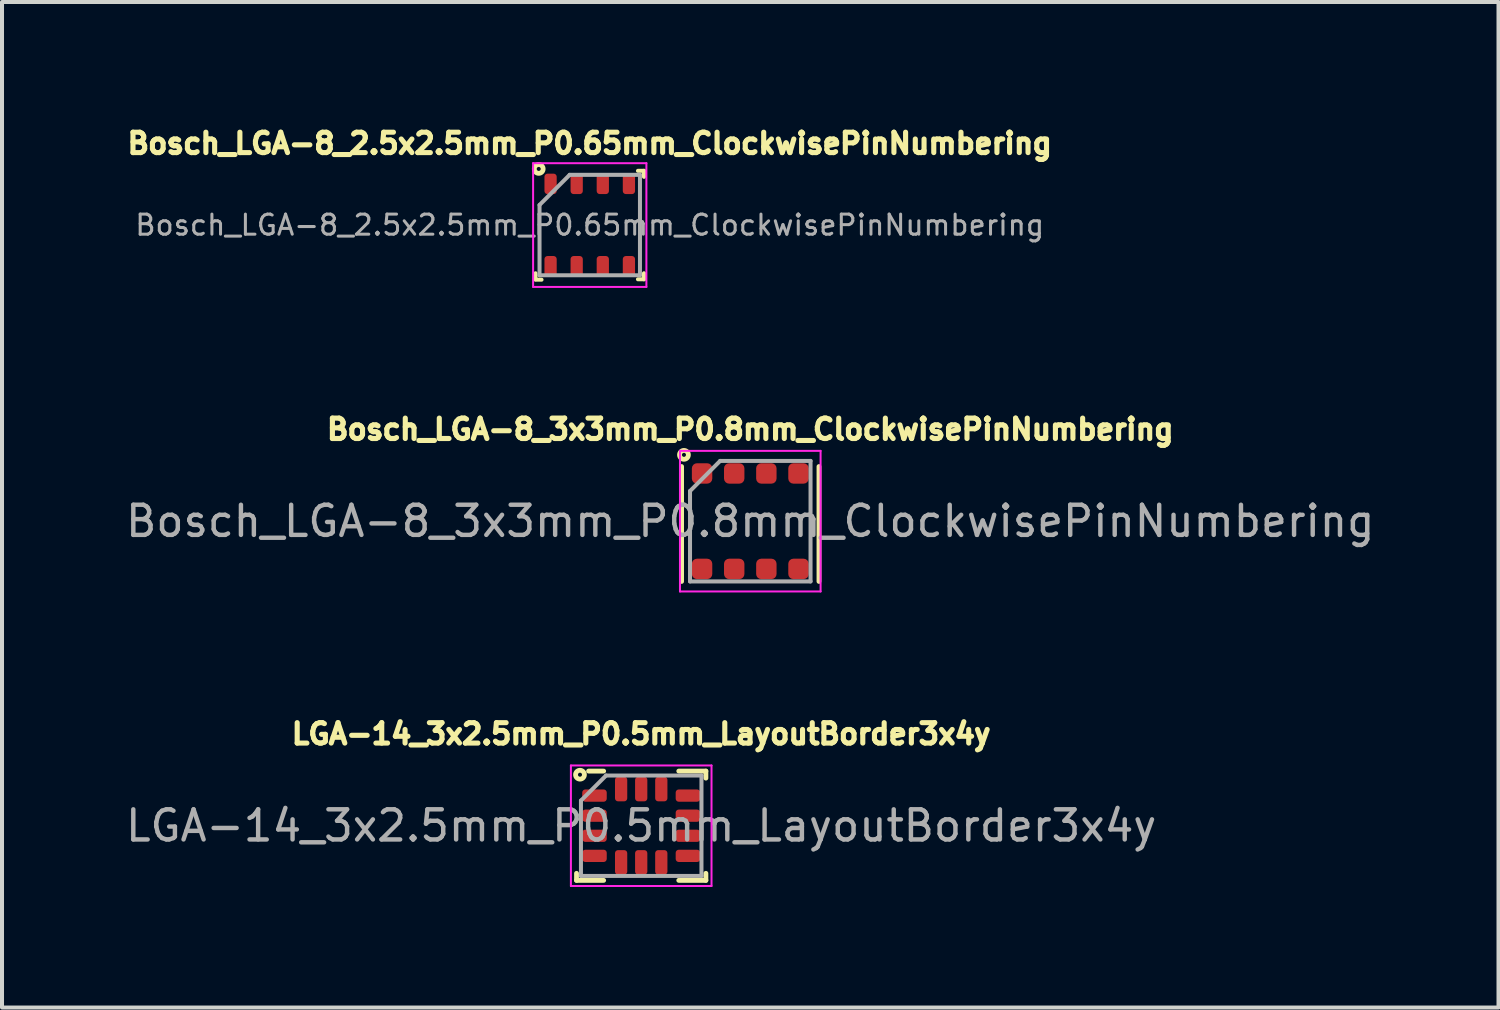
<source format=kicad_pcb>
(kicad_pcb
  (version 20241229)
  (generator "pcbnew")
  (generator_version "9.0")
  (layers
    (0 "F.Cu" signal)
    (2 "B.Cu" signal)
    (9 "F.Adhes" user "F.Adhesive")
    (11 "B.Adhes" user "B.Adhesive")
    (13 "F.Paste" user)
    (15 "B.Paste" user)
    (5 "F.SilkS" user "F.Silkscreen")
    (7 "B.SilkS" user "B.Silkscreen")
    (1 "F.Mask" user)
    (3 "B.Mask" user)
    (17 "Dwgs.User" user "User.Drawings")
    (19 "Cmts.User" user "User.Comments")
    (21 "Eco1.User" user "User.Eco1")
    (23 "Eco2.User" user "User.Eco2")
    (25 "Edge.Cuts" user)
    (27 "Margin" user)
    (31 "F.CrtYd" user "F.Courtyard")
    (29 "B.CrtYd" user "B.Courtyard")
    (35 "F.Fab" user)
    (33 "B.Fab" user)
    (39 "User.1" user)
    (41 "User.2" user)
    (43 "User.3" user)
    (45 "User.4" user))
  (footprint "Bosch_LGA-8_2.5x2.5mm_P0.65mm_ClockwisePinNumbering"
    (layer "F.Cu")
    (at 11.63 2.552)
    (property "Reference" "Bosch_LGA-8_2.5x2.5mm_P0.65mm_ClockwisePinNumbering" (at 0 -2.032 0) (layer "F.SilkS") (effects (font (size 0.508 0.508) (thickness 0.127) (bold yes))))
    (attr smd)
    (fp_line (start -1.35 1.35) (end -1.35 1.2) (stroke (width 0.1) (type solid)) (layer "F.SilkS"))
    (fp_line (start -1.35 1.36) (end -1.2 1.36) (stroke (width 0.1) (type solid)) (layer "F.SilkS"))
    (fp_line (start 1.2 -1.35) (end 1.35 -1.35) (stroke (width 0.1) (type solid)) (layer "F.SilkS"))
    (fp_line (start 1.35 -1.35) (end 1.35 -1.2) (stroke (width 0.1) (type solid)) (layer "F.SilkS"))
    (fp_line (start 1.35 1.35) (end 1.2 1.35) (stroke (width 0.1) (type solid)) (layer "F.SilkS"))
    (fp_line (start 1.35 1.35) (end 1.35 1.2) (stroke (width 0.1) (type solid)) (layer "F.SilkS"))
    (fp_circle (center -1.27 -1.397) (end -1.22 -1.397) (stroke (width 0.12) (type solid)) (fill no) (layer "F.SilkS"))
    (fp_line (start -1.41 -1.54) (end 1.41 -1.54) (stroke (width 0.05) (type solid)) (layer "F.CrtYd"))
    (fp_line (start -1.41 1.54) (end -1.41 -1.54) (stroke (width 0.05) (type solid)) (layer "F.CrtYd"))
    (fp_line (start 1.41 -1.54) (end 1.41 1.54) (stroke (width 0.05) (type solid)) (layer "F.CrtYd"))
    (fp_line (start 1.41 1.54) (end -1.41 1.54) (stroke (width 0.05) (type solid)) (layer "F.CrtYd"))
    (fp_line (start -1.25 -0.5) (end -0.5 -1.25) (stroke (width 0.1) (type solid)) (layer "F.Fab"))
    (fp_line (start -1.25 1.25) (end -1.25 -0.5) (stroke (width 0.1) (type solid)) (layer "F.Fab"))
    (fp_line (start -0.5 -1.25) (end 1.25 -1.25) (stroke (width 0.1) (type solid)) (layer "F.Fab"))
    (fp_line (start 1.25 -1.25) (end 1.25 1.25) (stroke (width 0.1) (type solid)) (layer "F.Fab"))
    (fp_line (start 1.25 1.25) (end -1.25 1.25) (stroke (width 0.1) (type solid)) (layer "F.Fab"))
    (fp_text user "${REFERENCE}" (at 0 0 180) (layer "F.Fab") (effects (font (size 0.5 0.5) (thickness 0.075))))
    (pad "1" smd roundrect (at -0.975 -1.025 90) (size 0.508 0.305) (layers "F.Cu" "F.Mask" "F.Paste") (roundrect_rratio 0.25))
    (pad "2" smd roundrect (at -0.325 -1.025 90) (size 0.508 0.305) (layers "F.Cu" "F.Mask" "F.Paste") (roundrect_rratio 0.25))
    (pad "3" smd roundrect (at 0.325 -1.025 90) (size 0.508 0.305) (layers "F.Cu" "F.Mask" "F.Paste") (roundrect_rratio 0.25))
    (pad "4" smd roundrect (at 0.975 -1.025 90) (size 0.508 0.305) (layers "F.Cu" "F.Mask" "F.Paste") (roundrect_rratio 0.25))
    (pad "5" smd roundrect (at 0.975 1.025 90) (size 0.508 0.305) (layers "F.Cu" "F.Mask" "F.Paste") (roundrect_rratio 0.25))
    (pad "6" smd roundrect (at 0.325 1.025 90) (size 0.508 0.305) (layers "F.Cu" "F.Mask" "F.Paste") (roundrect_rratio 0.25))
    (pad "7" smd roundrect (at -0.325 1.025 90) (size 0.508 0.305) (layers "F.Cu" "F.Mask" "F.Paste") (roundrect_rratio 0.25))
    (pad "8" smd roundrect (at -0.975 1.025 90) (size 0.508 0.305) (layers "F.Cu" "F.Mask" "F.Paste") (roundrect_rratio 0.25)))
  (footprint "LGA-14_3x2.5mm_P0.5mm_LayoutBorder3x4y"
    (layer "F.Cu")
    (at 12.911 17.504)
    (property "Reference" "LGA-14_3x2.5mm_P0.5mm_LayoutBorder3x4y" (at 0 -2.286 0) (layer "F.SilkS") (effects (font (size 0.508 0.508) (thickness 0.127))))
    (attr smd)
    (fp_line (start -1.61 1.36) (end -1.61 1.185) (stroke (width 0.12) (type solid)) (layer "F.SilkS"))
    (fp_line (start -0.935 -1.36) (end -1.31 -1.36) (stroke (width 0.12) (type solid)) (layer "F.SilkS"))
    (fp_line (start -0.935 1.36) (end -1.61 1.36) (stroke (width 0.12) (type solid)) (layer "F.SilkS"))
    (fp_line (start 0.935 -1.36) (end 1.61 -1.36) (stroke (width 0.12) (type solid)) (layer "F.SilkS"))
    (fp_line (start 0.935 1.36) (end 1.61 1.36) (stroke (width 0.12) (type solid)) (layer "F.SilkS"))
    (fp_line (start 1.61 -1.36) (end 1.61 -1.185) (stroke (width 0.12) (type solid)) (layer "F.SilkS"))
    (fp_line (start 1.61 1.36) (end 1.61 1.185) (stroke (width 0.12) (type solid)) (layer "F.SilkS"))
    (fp_circle (center -1.524 -1.27) (end -1.474 -1.27) (stroke (width 0.12) (type solid)) (fill no) (layer "F.SilkS"))
    (fp_line (start -1.75 -1.5) (end -1.75 1.5) (stroke (width 0.05) (type solid)) (layer "F.CrtYd"))
    (fp_line (start -1.75 1.5) (end 1.75 1.5) (stroke (width 0.05) (type solid)) (layer "F.CrtYd"))
    (fp_line (start 1.75 -1.5) (end -1.75 -1.5) (stroke (width 0.05) (type solid)) (layer "F.CrtYd"))
    (fp_line (start 1.75 1.5) (end 1.75 -1.5) (stroke (width 0.05) (type solid)) (layer "F.CrtYd"))
    (fp_line (start -1.5 -0.625) (end -0.875 -1.25) (stroke (width 0.1) (type solid)) (layer "F.Fab"))
    (fp_line (start -1.5 1.25) (end -1.5 -0.625) (stroke (width 0.1) (type solid)) (layer "F.Fab"))
    (fp_line (start -0.875 -1.25) (end 1.5 -1.25) (stroke (width 0.1) (type solid)) (layer "F.Fab"))
    (fp_line (start 1.5 -1.25) (end 1.5 1.25) (stroke (width 0.1) (type solid)) (layer "F.Fab"))
    (fp_line (start 1.5 1.25) (end -1.5 1.25) (stroke (width 0.1) (type solid)) (layer "F.Fab"))
    (fp_text user "${REFERENCE}" (at 0 0 0) (layer "F.Fab") (effects (font (size 0.75 0.75) (thickness 0.11))))
    (pad "1" smd roundrect (at -1.163 -0.75) (size 0.61 0.305) (layers "F.Cu" "F.Mask" "F.Paste") (roundrect_rratio 0.25))
    (pad "2" smd roundrect (at -1.163 -0.25) (size 0.61 0.305) (layers "F.Cu" "F.Mask" "F.Paste") (roundrect_rratio 0.25))
    (pad "3" smd roundrect (at -1.163 0.25) (size 0.61 0.305) (layers "F.Cu" "F.Mask" "F.Paste") (roundrect_rratio 0.25))
    (pad "4" smd roundrect (at -1.163 0.75) (size 0.61 0.305) (layers "F.Cu" "F.Mask" "F.Paste") (roundrect_rratio 0.25))
    (pad "5" smd roundrect (at -0.5 0.912) (size 0.305 0.61) (layers "F.Cu" "F.Mask" "F.Paste") (roundrect_rratio 0.25))
    (pad "6" smd roundrect (at 0 0.912) (size 0.305 0.61) (layers "F.Cu" "F.Mask" "F.Paste") (roundrect_rratio 0.25))
    (pad "7" smd roundrect (at 0.5 0.912) (size 0.305 0.61) (layers "F.Cu" "F.Mask" "F.Paste") (roundrect_rratio 0.25))
    (pad "8" smd roundrect (at 1.163 0.75) (size 0.61 0.305) (layers "F.Cu" "F.Mask" "F.Paste") (roundrect_rratio 0.25))
    (pad "9" smd roundrect (at 1.163 0.25) (size 0.61 0.305) (layers "F.Cu" "F.Mask" "F.Paste") (roundrect_rratio 0.25))
    (pad "10" smd roundrect (at 1.163 -0.25) (size 0.61 0.305) (layers "F.Cu" "F.Mask" "F.Paste") (roundrect_rratio 0.25))
    (pad "11" smd roundrect (at 1.163 -0.75) (size 0.61 0.305) (layers "F.Cu" "F.Mask" "F.Paste") (roundrect_rratio 0.25))
    (pad "12" smd roundrect (at 0.5 -0.912) (size 0.305 0.61) (layers "F.Cu" "F.Mask" "F.Paste") (roundrect_rratio 0.25))
    (pad "13" smd roundrect (at 0 -0.912) (size 0.305 0.61) (layers "F.Cu" "F.Mask" "F.Paste") (roundrect_rratio 0.25))
    (pad "14" smd roundrect (at -0.5 -0.912) (size 0.305 0.61) (layers "F.Cu" "F.Mask" "F.Paste") (roundrect_rratio 0.25)))
  (footprint "Bosch_LGA-8_3x3mm_P0.8mm_ClockwisePinNumbering"
    (layer "F.Cu")
    (at 15.626 9.923)
    (property "Reference" "Bosch_LGA-8_3x3mm_P0.8mm_ClockwisePinNumbering" (at 0 -2.286 0) (layer "F.SilkS") (effects (font (size 0.508 0.508) (thickness 0.127) (bold yes))))
    (attr smd)
    (fp_line (start -1.71 -1.36) (end -1.71 1.5) (stroke (width 0.12) (type solid)) (layer "F.SilkS"))
    (fp_line (start 1.71 -1.36) (end 1.71 1.5) (stroke (width 0.12) (type solid)) (layer "F.SilkS"))
    (fp_circle (center -1.651 -1.651) (end -1.601 -1.651) (stroke (width 0.12) (type solid)) (fill no) (layer "F.SilkS"))
    (fp_line (start -1.75 -1.75) (end -1.75 1.75) (stroke (width 0.05) (type solid)) (layer "F.CrtYd"))
    (fp_line (start -1.75 1.75) (end 1.75 1.75) (stroke (width 0.05) (type solid)) (layer "F.CrtYd"))
    (fp_line (start 1.75 -1.75) (end -1.75 -1.75) (stroke (width 0.05) (type solid)) (layer "F.CrtYd"))
    (fp_line (start 1.75 1.75) (end 1.75 -1.75) (stroke (width 0.05) (type solid)) (layer "F.CrtYd"))
    (fp_line (start -1.5 -0.75) (end -0.75 -1.5) (stroke (width 0.1) (type solid)) (layer "F.Fab"))
    (fp_line (start -1.5 1.5) (end -1.5 -0.75) (stroke (width 0.1) (type solid)) (layer "F.Fab"))
    (fp_line (start -0.75 -1.5) (end 1.5 -1.5) (stroke (width 0.1) (type solid)) (layer "F.Fab"))
    (fp_line (start 1.5 -1.5) (end 1.5 1.5) (stroke (width 0.1) (type solid)) (layer "F.Fab"))
    (fp_line (start 1.5 1.5) (end -1.5 1.5) (stroke (width 0.1) (type solid)) (layer "F.Fab"))
    (fp_text user "${REFERENCE}" (at 0 0 0) (layer "F.Fab") (effects (font (size 0.75 0.75) (thickness 0.11))))
    (pad "1" smd roundrect (at -1.2 -1.188) (size 0.508 0.508) (layers "F.Cu" "F.Mask" "F.Paste") (roundrect_rratio 0.25))
    (pad "2" smd roundrect (at -0.4 -1.188) (size 0.508 0.508) (layers "F.Cu" "F.Mask" "F.Paste") (roundrect_rratio 0.25))
    (pad "3" smd roundrect (at 0.4 -1.188) (size 0.508 0.508) (layers "F.Cu" "F.Mask" "F.Paste") (roundrect_rratio 0.25))
    (pad "4" smd roundrect (at 1.2 -1.188) (size 0.508 0.508) (layers "F.Cu" "F.Mask" "F.Paste") (roundrect_rratio 0.25))
    (pad "5" smd roundrect (at 1.2 1.188) (size 0.508 0.508) (layers "F.Cu" "F.Mask" "F.Paste") (roundrect_rratio 0.25))
    (pad "6" smd roundrect (at 0.4 1.188) (size 0.508 0.508) (layers "F.Cu" "F.Mask" "F.Paste") (roundrect_rratio 0.25))
    (pad "7" smd roundrect (at -0.4 1.188) (size 0.508 0.508) (layers "F.Cu" "F.Mask" "F.Paste") (roundrect_rratio 0.25))
    (pad "8" smd roundrect (at -1.2 1.188) (size 0.508 0.508) (layers "F.Cu" "F.Mask" "F.Paste") (roundrect_rratio 0.25)))
  (gr_rect
    (start -3 -3)
    (end 34.251 22.029)
    (stroke (width 0.1) (type default))
    (fill no)
    (layer "Edge.Cuts")))
</source>
